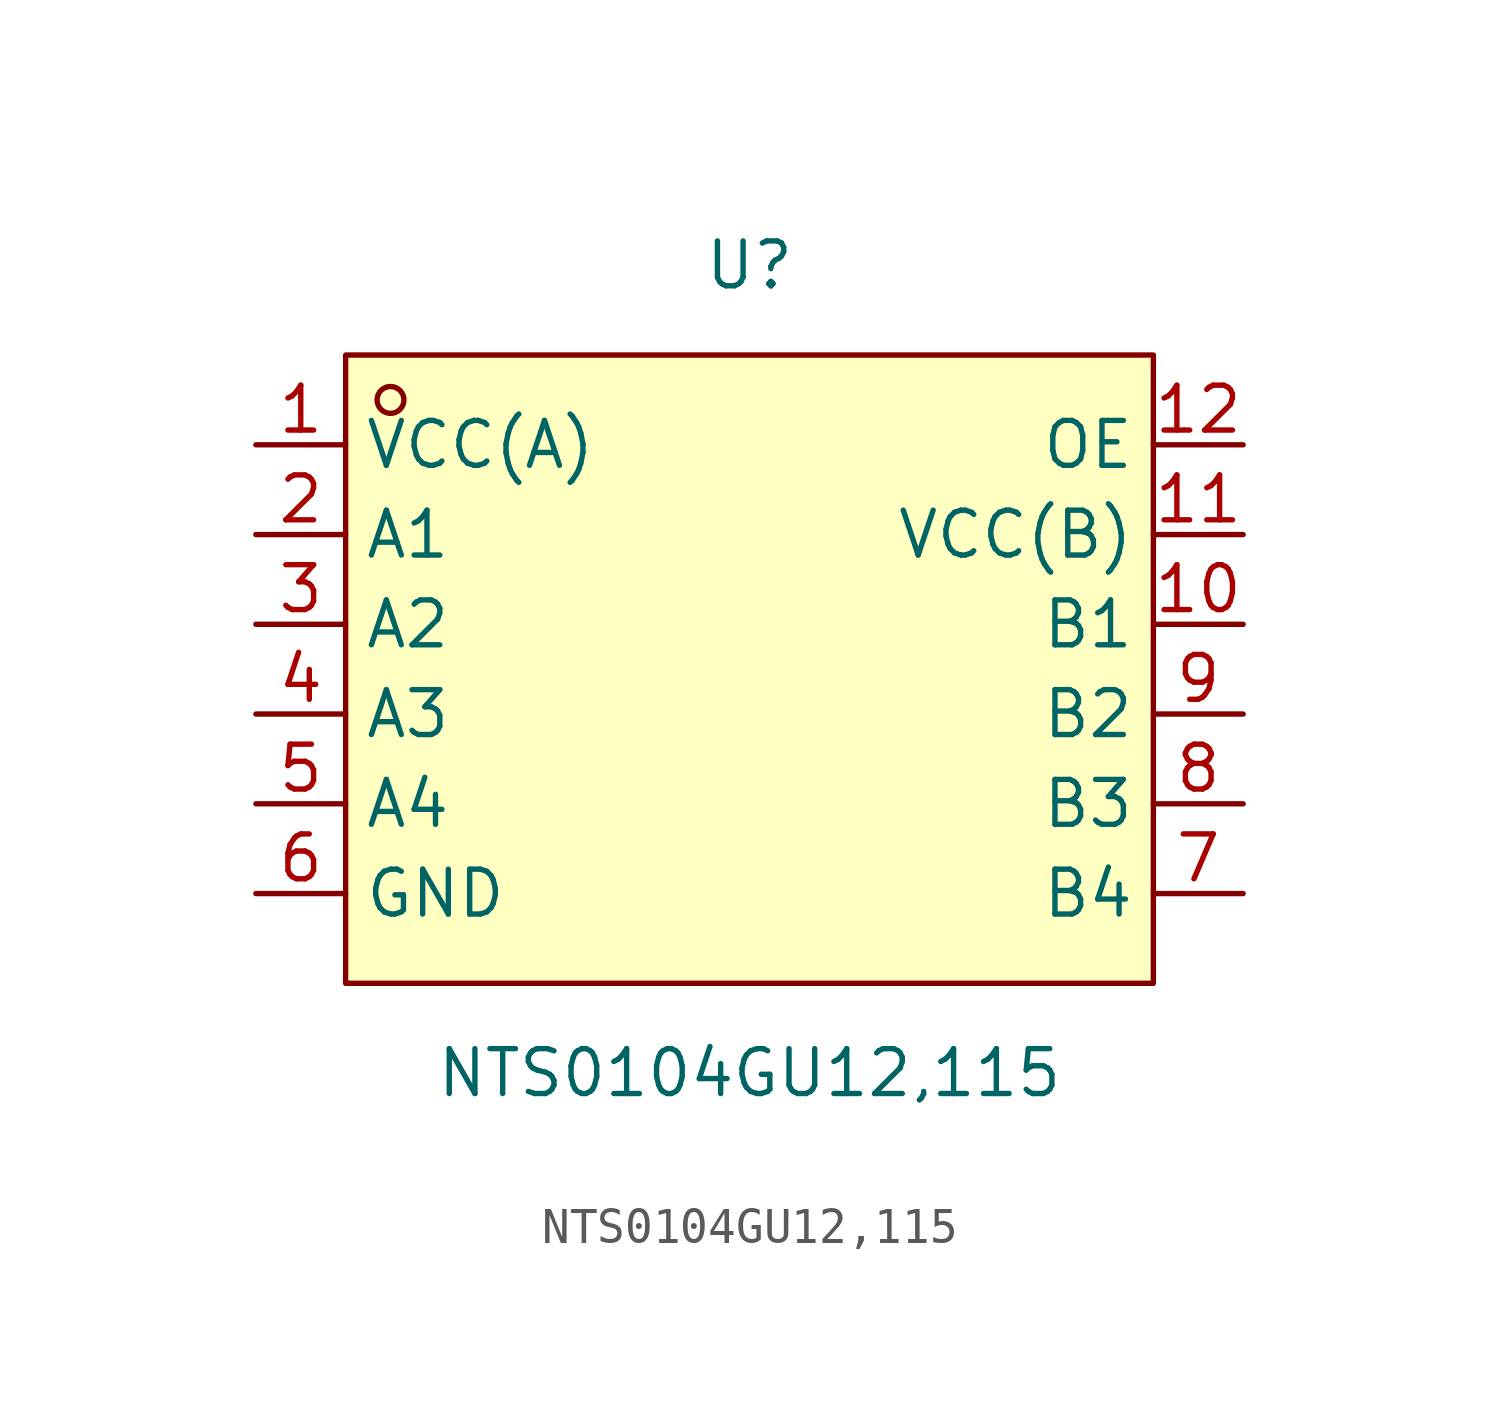
<source format=kicad_sym>
(kicad_symbol_lib
  (version 20211014)
  (generator https://github.com/uPesy/easyeda2kicad.py)
  (symbol "NTS0104GU12,115"
    (property "Reference" "U"
      (at 0 11.43 0)
      (effects (font (size 1.27 1.27))))
    (property "Value" "NTS0104GU12,115"
      (at 0 -11.43 0)
      (effects (font (size 1.27 1.27))))
    (symbol "NTS0104GU12,115_0_1"
      (rectangle (start -11.43 8.89) (end 11.43 -8.89) (stroke (width 0) (type default) (color 0 0 0 0)) (fill (type background)))
      (circle (center -10.16 7.62) (radius 0.38) (stroke (width 0) (type default) (color 0 0 0 0)) (fill (type none)))
      (pin unspecified line (at -13.97 6.35 0) (length 2.54) (name "VCC(A)" (effects (font (size 1.27 1.27)))) (number "1" (effects (font (size 1.27 1.27)))))
      (pin unspecified line (at -13.97 3.81 0) (length 2.54) (name "A1" (effects (font (size 1.27 1.27)))) (number "2" (effects (font (size 1.27 1.27)))))
      (pin unspecified line (at -13.97 1.27 0) (length 2.54) (name "A2" (effects (font (size 1.27 1.27)))) (number "3" (effects (font (size 1.27 1.27)))))
      (pin unspecified line (at -13.97 -1.27 0) (length 2.54) (name "A3" (effects (font (size 1.27 1.27)))) (number "4" (effects (font (size 1.27 1.27)))))
      (pin unspecified line (at -13.97 -3.81 0) (length 2.54) (name "A4" (effects (font (size 1.27 1.27)))) (number "5" (effects (font (size 1.27 1.27)))))
      (pin unspecified line (at -13.97 -6.35 0) (length 2.54) (name "GND" (effects (font (size 1.27 1.27)))) (number "6" (effects (font (size 1.27 1.27)))))
      (pin unspecified line (at 13.97 -6.35 180) (length 2.54) (name "B4" (effects (font (size 1.27 1.27)))) (number "7" (effects (font (size 1.27 1.27)))))
      (pin unspecified line (at 13.97 -3.81 180) (length 2.54) (name "B3" (effects (font (size 1.27 1.27)))) (number "8" (effects (font (size 1.27 1.27)))))
      (pin unspecified line (at 13.97 -1.27 180) (length 2.54) (name "B2" (effects (font (size 1.27 1.27)))) (number "9" (effects (font (size 1.27 1.27)))))
      (pin unspecified line (at 13.97 1.27 180) (length 2.54) (name "B1" (effects (font (size 1.27 1.27)))) (number "10" (effects (font (size 1.27 1.27)))))
      (pin unspecified line (at 13.97 3.81 180) (length 2.54) (name "VCC(B)" (effects (font (size 1.27 1.27)))) (number "11" (effects (font (size 1.27 1.27)))))
      (pin unspecified line (at 13.97 6.35 180) (length 2.54) (name "OE" (effects (font (size 1.27 1.27)))) (number "12" (effects (font (size 1.27 1.27))))))))
</source>
